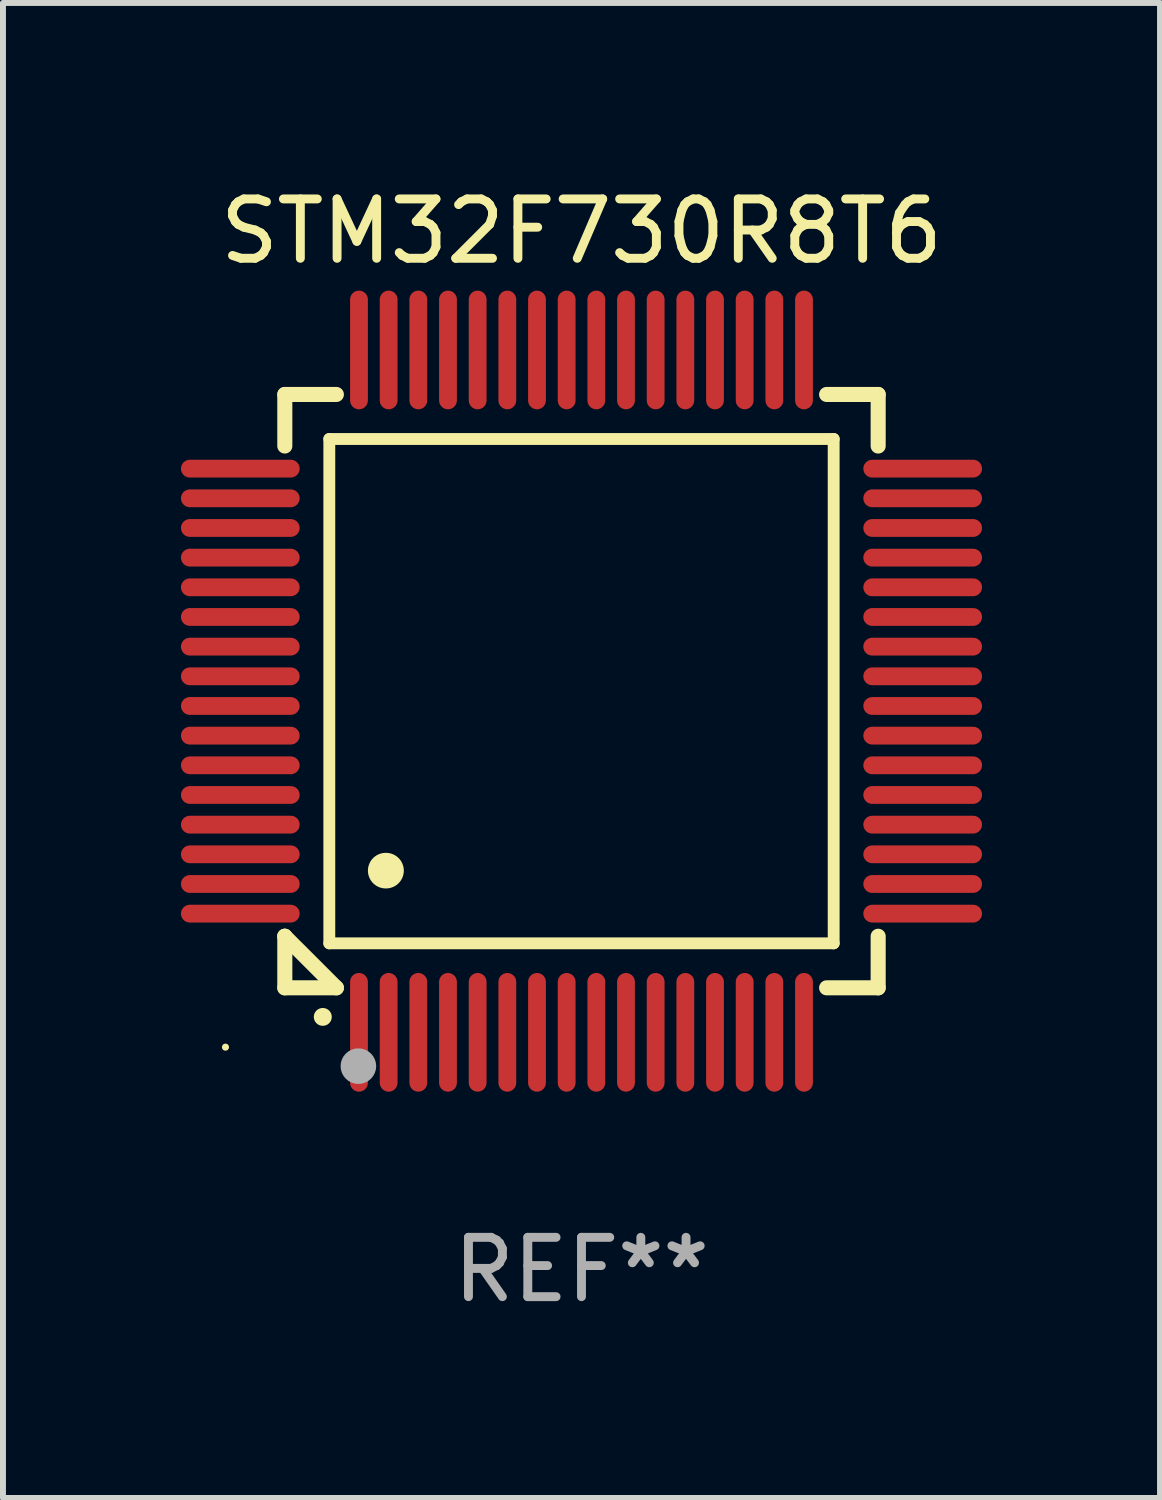
<source format=kicad_pcb>
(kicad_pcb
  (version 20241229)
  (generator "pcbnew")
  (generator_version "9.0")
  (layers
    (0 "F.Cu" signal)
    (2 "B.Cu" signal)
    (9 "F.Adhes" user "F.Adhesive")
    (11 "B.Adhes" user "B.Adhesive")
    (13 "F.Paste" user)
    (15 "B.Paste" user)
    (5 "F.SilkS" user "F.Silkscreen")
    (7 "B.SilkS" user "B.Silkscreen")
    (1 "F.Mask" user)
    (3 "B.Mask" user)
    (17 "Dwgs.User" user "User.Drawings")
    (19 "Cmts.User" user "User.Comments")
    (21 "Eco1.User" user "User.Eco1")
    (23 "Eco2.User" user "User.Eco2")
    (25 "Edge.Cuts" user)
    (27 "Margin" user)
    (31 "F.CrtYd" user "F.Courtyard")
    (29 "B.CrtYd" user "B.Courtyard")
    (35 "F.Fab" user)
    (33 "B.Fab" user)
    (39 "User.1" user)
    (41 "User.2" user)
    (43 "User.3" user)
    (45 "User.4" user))
  (footprint "STM32F730R8T6"
    (layer "F.Cu")
    (at 6.75 8.598)
    (property "Reference" "STM32F730R8T6" (at 0 -7.75 0) (layer "F.SilkS") (effects (font (size 1 1) (thickness 0.15))))
    (attr through_hole)
    (fp_line (start -5 -5) (end -4.131 -5) (stroke (width 0.254) (type solid)) (layer "F.SilkS"))
    (fp_line (start -5 -4.131) (end -5 -5) (stroke (width 0.254) (type solid)) (layer "F.SilkS"))
    (fp_line (start -5 4.131) (end -5 4.131) (stroke (width 0.254) (type solid)) (layer "F.SilkS"))
    (fp_line (start -5 5) (end -5 4.131) (stroke (width 0.254) (type solid)) (layer "F.SilkS"))
    (fp_line (start -5 4.131) (end -4.131 5) (stroke (width 0.254) (type solid)) (layer "F.SilkS"))
    (fp_line (start -4.25 -4.25) (end -4.25 4.25) (stroke (width 0.2) (type solid)) (layer "F.SilkS"))
    (fp_line (start -4.25 4.25) (end 4.25 4.25) (stroke (width 0.2) (type solid)) (layer "F.SilkS"))
    (fp_line (start -4.131 5) (end -5 5) (stroke (width 0.254) (type solid)) (layer "F.SilkS"))
    (fp_line (start 4.25 -4.25) (end -4.25 -4.25) (stroke (width 0.2) (type solid)) (layer "F.SilkS"))
    (fp_line (start 4.25 4.25) (end 4.25 -4.25) (stroke (width 0.2) (type solid)) (layer "F.SilkS"))
    (fp_line (start 5 -5) (end 4.131 -5) (stroke (width 0.254) (type solid)) (layer "F.SilkS"))
    (fp_line (start 5 -5) (end 5 -4.131) (stroke (width 0.254) (type solid)) (layer "F.SilkS"))
    (fp_line (start 5 4.131) (end 5 5) (stroke (width 0.254) (type solid)) (layer "F.SilkS"))
    (fp_line (start 5 5) (end 4.131 5) (stroke (width 0.254) (type solid)) (layer "F.SilkS"))
    (fp_arc (start -4.361265 5.489992) (mid -4.359995 5.489987) (end -4.358725 5.489992) (stroke (width 0.3) (type solid)) (layer "F.SilkS"))
    (fp_arc (start -3.299467 3.025146) (mid -3.296927 3.025135) (end -3.294387 3.025146) (stroke (width 0.6) (type solid)) (layer "F.SilkS"))
    (fp_circle (center -6 6) (end -5.97 6) (stroke (width 0.06) (type solid)) (fill no) (layer "F.SilkS"))
    (fp_circle (center -3.76 6.32) (end -3.61 6.32) (stroke (width 0.3) (type solid)) (fill no) (layer "F.Fab"))
    (fp_text user "REF**" (at 0 9.75 0) (layer "F.Fab") (effects (font (size 1 1) (thickness 0.15))))
    (pad "1" smd oval (at -3.75 5.75) (size 0.3 2) (layers "F.Cu" "F.Mask" "F.Paste"))
    (pad "2" smd oval (at -3.25 5.75) (size 0.3 2) (layers "F.Cu" "F.Mask" "F.Paste"))
    (pad "3" smd oval (at -2.75 5.75) (size 0.3 2) (layers "F.Cu" "F.Mask" "F.Paste"))
    (pad "4" smd oval (at -2.25 5.75) (size 0.3 2) (layers "F.Cu" "F.Mask" "F.Paste"))
    (pad "5" smd oval (at -1.75 5.75) (size 0.3 2) (layers "F.Cu" "F.Mask" "F.Paste"))
    (pad "6" smd oval (at -1.25 5.75) (size 0.3 2) (layers "F.Cu" "F.Mask" "F.Paste"))
    (pad "7" smd oval (at -0.75 5.75) (size 0.3 2) (layers "F.Cu" "F.Mask" "F.Paste"))
    (pad "8" smd oval (at -0.25 5.75) (size 0.3 2) (layers "F.Cu" "F.Mask" "F.Paste"))
    (pad "9" smd oval (at 0.25 5.75) (size 0.3 2) (layers "F.Cu" "F.Mask" "F.Paste"))
    (pad "10" smd oval (at 0.75 5.75) (size 0.3 2) (layers "F.Cu" "F.Mask" "F.Paste"))
    (pad "11" smd oval (at 1.25 5.75) (size 0.3 2) (layers "F.Cu" "F.Mask" "F.Paste"))
    (pad "12" smd oval (at 1.75 5.75) (size 0.3 2) (layers "F.Cu" "F.Mask" "F.Paste"))
    (pad "13" smd oval (at 2.25 5.75) (size 0.3 2) (layers "F.Cu" "F.Mask" "F.Paste"))
    (pad "14" smd oval (at 2.75 5.75) (size 0.3 2) (layers "F.Cu" "F.Mask" "F.Paste"))
    (pad "15" smd oval (at 3.25 5.75) (size 0.3 2) (layers "F.Cu" "F.Mask" "F.Paste"))
    (pad "16" smd oval (at 3.75 5.75) (size 0.3 2) (layers "F.Cu" "F.Mask" "F.Paste"))
    (pad "17" smd oval (at 5.75 3.75) (size 2 0.3) (layers "F.Cu" "F.Mask" "F.Paste"))
    (pad "18" smd oval (at 5.75 3.25) (size 2 0.3) (layers "F.Cu" "F.Mask" "F.Paste"))
    (pad "19" smd oval (at 5.75 2.75) (size 2 0.3) (layers "F.Cu" "F.Mask" "F.Paste"))
    (pad "20" smd oval (at 5.75 2.25) (size 2 0.3) (layers "F.Cu" "F.Mask" "F.Paste"))
    (pad "21" smd oval (at 5.75 1.75) (size 2 0.3) (layers "F.Cu" "F.Mask" "F.Paste"))
    (pad "22" smd oval (at 5.75 1.25) (size 2 0.3) (layers "F.Cu" "F.Mask" "F.Paste"))
    (pad "23" smd oval (at 5.75 0.75) (size 2 0.3) (layers "F.Cu" "F.Mask" "F.Paste"))
    (pad "24" smd oval (at 5.75 0.25) (size 2 0.3) (layers "F.Cu" "F.Mask" "F.Paste"))
    (pad "25" smd oval (at 5.75 -0.25) (size 2 0.3) (layers "F.Cu" "F.Mask" "F.Paste"))
    (pad "26" smd oval (at 5.75 -0.75) (size 2 0.3) (layers "F.Cu" "F.Mask" "F.Paste"))
    (pad "27" smd oval (at 5.75 -1.25) (size 2 0.3) (layers "F.Cu" "F.Mask" "F.Paste"))
    (pad "28" smd oval (at 5.75 -1.75) (size 2 0.3) (layers "F.Cu" "F.Mask" "F.Paste"))
    (pad "29" smd oval (at 5.75 -2.25) (size 2 0.3) (layers "F.Cu" "F.Mask" "F.Paste"))
    (pad "30" smd oval (at 5.75 -2.75) (size 2 0.3) (layers "F.Cu" "F.Mask" "F.Paste"))
    (pad "31" smd oval (at 5.75 -3.25) (size 2 0.3) (layers "F.Cu" "F.Mask" "F.Paste"))
    (pad "32" smd oval (at 5.75 -3.75) (size 2 0.3) (layers "F.Cu" "F.Mask" "F.Paste"))
    (pad "33" smd oval (at 3.75 -5.75) (size 0.3 2) (layers "F.Cu" "F.Mask" "F.Paste"))
    (pad "34" smd oval (at 3.25 -5.75) (size 0.3 2) (layers "F.Cu" "F.Mask" "F.Paste"))
    (pad "35" smd oval (at 2.75 -5.75) (size 0.3 2) (layers "F.Cu" "F.Mask" "F.Paste"))
    (pad "36" smd oval (at 2.25 -5.75) (size 0.3 2) (layers "F.Cu" "F.Mask" "F.Paste"))
    (pad "37" smd oval (at 1.75 -5.75) (size 0.3 2) (layers "F.Cu" "F.Mask" "F.Paste"))
    (pad "38" smd oval (at 1.25 -5.75) (size 0.3 2) (layers "F.Cu" "F.Mask" "F.Paste"))
    (pad "39" smd oval (at 0.75 -5.75) (size 0.3 2) (layers "F.Cu" "F.Mask" "F.Paste"))
    (pad "40" smd oval (at 0.25 -5.75) (size 0.3 2) (layers "F.Cu" "F.Mask" "F.Paste"))
    (pad "41" smd oval (at -0.25 -5.75) (size 0.3 2) (layers "F.Cu" "F.Mask" "F.Paste"))
    (pad "42" smd oval (at -0.75 -5.75) (size 0.3 2) (layers "F.Cu" "F.Mask" "F.Paste"))
    (pad "43" smd oval (at -1.25 -5.75) (size 0.3 2) (layers "F.Cu" "F.Mask" "F.Paste"))
    (pad "44" smd oval (at -1.75 -5.75) (size 0.3 2) (layers "F.Cu" "F.Mask" "F.Paste"))
    (pad "45" smd oval (at -2.25 -5.75) (size 0.3 2) (layers "F.Cu" "F.Mask" "F.Paste"))
    (pad "46" smd oval (at -2.75 -5.75) (size 0.3 2) (layers "F.Cu" "F.Mask" "F.Paste"))
    (pad "47" smd oval (at -3.25 -5.75) (size 0.3 2) (layers "F.Cu" "F.Mask" "F.Paste"))
    (pad "48" smd oval (at -3.75 -5.75) (size 0.3 2) (layers "F.Cu" "F.Mask" "F.Paste"))
    (pad "49" smd oval (at -5.75 -3.75) (size 2 0.3) (layers "F.Cu" "F.Mask" "F.Paste"))
    (pad "50" smd oval (at -5.75 -3.25) (size 2 0.3) (layers "F.Cu" "F.Mask" "F.Paste"))
    (pad "51" smd oval (at -5.75 -2.75) (size 2 0.3) (layers "F.Cu" "F.Mask" "F.Paste"))
    (pad "52" smd oval (at -5.75 -2.25) (size 2 0.3) (layers "F.Cu" "F.Mask" "F.Paste"))
    (pad "53" smd oval (at -5.75 -1.75) (size 2 0.3) (layers "F.Cu" "F.Mask" "F.Paste"))
    (pad "54" smd oval (at -5.75 -1.25) (size 2 0.3) (layers "F.Cu" "F.Mask" "F.Paste"))
    (pad "55" smd oval (at -5.75 -0.75) (size 2 0.3) (layers "F.Cu" "F.Mask" "F.Paste"))
    (pad "56" smd oval (at -5.75 -0.25) (size 2 0.3) (layers "F.Cu" "F.Mask" "F.Paste"))
    (pad "57" smd oval (at -5.75 0.25) (size 2 0.3) (layers "F.Cu" "F.Mask" "F.Paste"))
    (pad "58" smd oval (at -5.75 0.75) (size 2 0.3) (layers "F.Cu" "F.Mask" "F.Paste"))
    (pad "59" smd oval (at -5.75 1.25) (size 2 0.3) (layers "F.Cu" "F.Mask" "F.Paste"))
    (pad "60" smd oval (at -5.75 1.75) (size 2 0.3) (layers "F.Cu" "F.Mask" "F.Paste"))
    (pad "61" smd oval (at -5.75 2.25) (size 2 0.3) (layers "F.Cu" "F.Mask" "F.Paste"))
    (pad "62" smd oval (at -5.75 2.75) (size 2 0.3) (layers "F.Cu" "F.Mask" "F.Paste"))
    (pad "63" smd oval (at -5.75 3.25) (size 2 0.3) (layers "F.Cu" "F.Mask" "F.Paste"))
    (pad "64" smd oval (at -5.75 3.75) (size 2 0.3) (layers "F.Cu" "F.Mask" "F.Paste")))
  (gr_rect
    (start -3 -3)
    (end 16.5 22.196)
    (stroke (width 0.1) (type default))
    (fill no)
    (layer "Edge.Cuts")))
</source>
